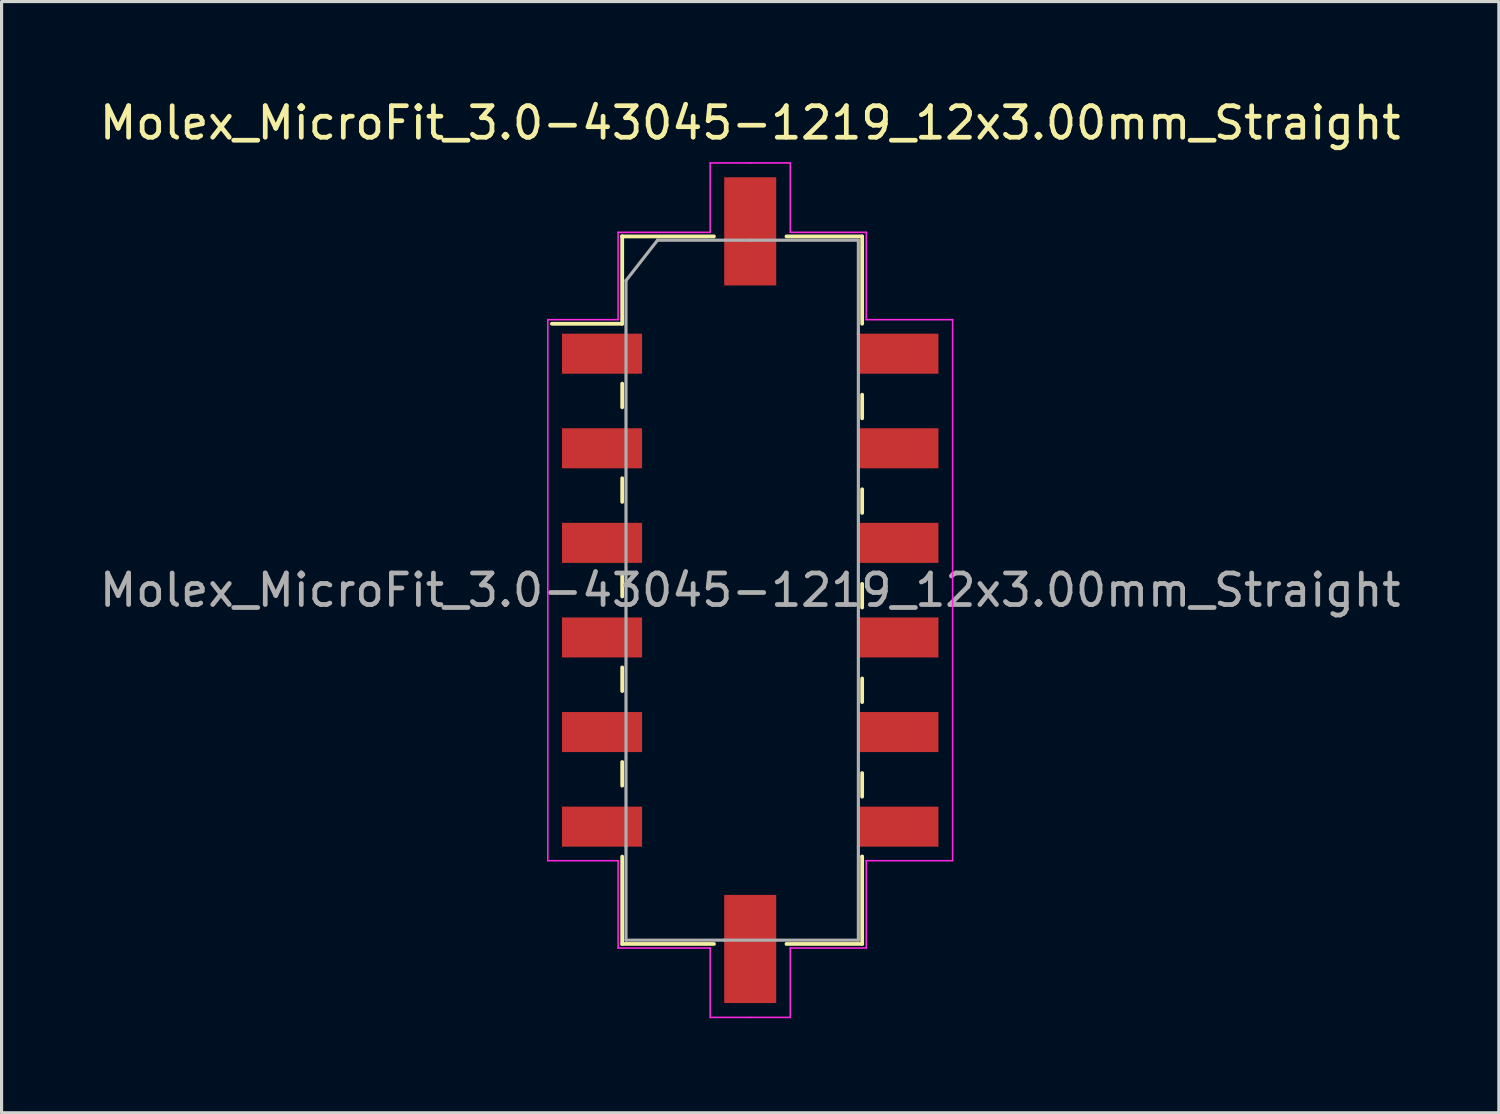
<source format=kicad_pcb>
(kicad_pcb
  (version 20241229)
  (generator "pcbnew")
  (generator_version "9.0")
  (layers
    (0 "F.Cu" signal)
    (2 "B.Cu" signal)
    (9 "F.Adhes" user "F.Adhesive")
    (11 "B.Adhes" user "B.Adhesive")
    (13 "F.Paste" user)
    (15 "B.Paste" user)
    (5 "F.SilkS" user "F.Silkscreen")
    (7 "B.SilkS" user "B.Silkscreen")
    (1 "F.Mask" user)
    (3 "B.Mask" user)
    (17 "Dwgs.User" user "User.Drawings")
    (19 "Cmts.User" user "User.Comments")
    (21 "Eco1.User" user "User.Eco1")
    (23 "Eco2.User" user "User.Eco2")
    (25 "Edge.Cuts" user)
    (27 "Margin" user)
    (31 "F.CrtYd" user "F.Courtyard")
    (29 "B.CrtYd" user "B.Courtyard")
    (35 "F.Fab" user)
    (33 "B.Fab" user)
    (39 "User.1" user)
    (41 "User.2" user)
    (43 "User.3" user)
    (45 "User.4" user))
  (footprint "Molex_MicroFit_3.0-43045-1219_12x3.00mm_Straight"
    (layer "F.Cu")
    (at 20.744 15.668)
    (property "Reference" "Molex_MicroFit_3.0-43045-1219_12x3.00mm_Straight" (at 0 -14.82 0) (layer "F.SilkS") (effects (font (size 1 1) (thickness 0.15))))
    (attr smd)
    (fp_line (start -6.29 -8.45) (end -4.06 -8.45) (stroke (width 0.12) (type solid)) (layer "F.SilkS"))
    (fp_line (start -4.06 -11.22) (end -4.06 -11.22) (stroke (width 0.12) (type solid)) (layer "F.SilkS"))
    (fp_line (start -4.06 -11.22) (end -1.15 -11.22) (stroke (width 0.12) (type solid)) (layer "F.SilkS"))
    (fp_line (start -4.06 -8.45) (end -4.06 -11.22) (stroke (width 0.12) (type solid)) (layer "F.SilkS"))
    (fp_line (start -4.06 -6.55) (end -4.06 -5.8) (stroke (width 0.12) (type solid)) (layer "F.SilkS"))
    (fp_line (start -4.06 -3.55) (end -4.06 -2.8) (stroke (width 0.12) (type solid)) (layer "F.SilkS"))
    (fp_line (start -4.06 -0.55) (end -4.06 0.2) (stroke (width 0.12) (type solid)) (layer "F.SilkS"))
    (fp_line (start -4.06 2.45) (end -4.06 3.2) (stroke (width 0.12) (type solid)) (layer "F.SilkS"))
    (fp_line (start -4.06 5.45) (end -4.06 6.2) (stroke (width 0.12) (type solid)) (layer "F.SilkS"))
    (fp_line (start -4.06 11.22) (end -4.06 8.45) (stroke (width 0.12) (type solid)) (layer "F.SilkS"))
    (fp_line (start -1.15 11.22) (end -4.06 11.22) (stroke (width 0.12) (type solid)) (layer "F.SilkS"))
    (fp_line (start 1.15 -11.22) (end 3.55 -11.22) (stroke (width 0.12) (type solid)) (layer "F.SilkS"))
    (fp_line (start 3.55 -11.22) (end 3.55 -8.45) (stroke (width 0.12) (type solid)) (layer "F.SilkS"))
    (fp_line (start 3.55 -5.45) (end 3.55 -6.2) (stroke (width 0.12) (type solid)) (layer "F.SilkS"))
    (fp_line (start 3.55 -2.45) (end 3.55 -3.2) (stroke (width 0.12) (type solid)) (layer "F.SilkS"))
    (fp_line (start 3.55 0.55) (end 3.55 -0.2) (stroke (width 0.12) (type solid)) (layer "F.SilkS"))
    (fp_line (start 3.55 3.55) (end 3.55 2.8) (stroke (width 0.12) (type solid)) (layer "F.SilkS"))
    (fp_line (start 3.55 6.55) (end 3.55 5.8) (stroke (width 0.12) (type solid)) (layer "F.SilkS"))
    (fp_line (start 3.55 8.45) (end 3.55 8.45) (stroke (width 0.12) (type solid)) (layer "F.SilkS"))
    (fp_line (start 3.55 8.45) (end 3.55 11.22) (stroke (width 0.12) (type solid)) (layer "F.SilkS"))
    (fp_line (start 3.55 11.22) (end 1.15 11.22) (stroke (width 0.12) (type solid)) (layer "F.SilkS"))
    (fp_line (start -6.42 -8.58) (end -4.19 -8.58) (stroke (width 0.05) (type solid)) (layer "F.CrtYd"))
    (fp_line (start -6.42 8.58) (end -6.42 -8.58) (stroke (width 0.05) (type solid)) (layer "F.CrtYd"))
    (fp_line (start -4.19 -11.35) (end -4.19 -11.35) (stroke (width 0.05) (type solid)) (layer "F.CrtYd"))
    (fp_line (start -4.19 -11.35) (end -1.27 -11.35) (stroke (width 0.05) (type solid)) (layer "F.CrtYd"))
    (fp_line (start -4.19 -8.58) (end -4.19 -11.35) (stroke (width 0.05) (type solid)) (layer "F.CrtYd"))
    (fp_line (start -4.19 8.58) (end -6.42 8.58) (stroke (width 0.05) (type solid)) (layer "F.CrtYd"))
    (fp_line (start -4.19 11.35) (end -4.19 8.58) (stroke (width 0.05) (type solid)) (layer "F.CrtYd"))
    (fp_line (start -1.27 -13.55) (end 0 -13.55) (stroke (width 0.05) (type solid)) (layer "F.CrtYd"))
    (fp_line (start -1.27 -11.35) (end -1.27 -13.55) (stroke (width 0.05) (type solid)) (layer "F.CrtYd"))
    (fp_line (start -1.27 11.35) (end -4.19 11.35) (stroke (width 0.05) (type solid)) (layer "F.CrtYd"))
    (fp_line (start -1.27 13.55) (end -1.27 11.35) (stroke (width 0.05) (type solid)) (layer "F.CrtYd"))
    (fp_line (start 0 -13.55) (end 1.27 -13.55) (stroke (width 0.05) (type solid)) (layer "F.CrtYd"))
    (fp_line (start 0 13.55) (end -1.27 13.55) (stroke (width 0.05) (type solid)) (layer "F.CrtYd"))
    (fp_line (start 1.27 -13.55) (end 1.27 -11.35) (stroke (width 0.05) (type solid)) (layer "F.CrtYd"))
    (fp_line (start 1.27 -11.35) (end 3.68 -11.35) (stroke (width 0.05) (type solid)) (layer "F.CrtYd"))
    (fp_line (start 1.27 11.35) (end 1.27 13.55) (stroke (width 0.05) (type solid)) (layer "F.CrtYd"))
    (fp_line (start 1.27 13.55) (end 0 13.55) (stroke (width 0.05) (type solid)) (layer "F.CrtYd"))
    (fp_line (start 3.68 -11.35) (end 3.68 -8.58) (stroke (width 0.05) (type solid)) (layer "F.CrtYd"))
    (fp_line (start 3.68 -8.58) (end 6.42 -8.58) (stroke (width 0.05) (type solid)) (layer "F.CrtYd"))
    (fp_line (start 3.68 8.58) (end 3.68 8.58) (stroke (width 0.05) (type solid)) (layer "F.CrtYd"))
    (fp_line (start 3.68 8.58) (end 3.68 11.35) (stroke (width 0.05) (type solid)) (layer "F.CrtYd"))
    (fp_line (start 3.68 11.35) (end 1.27 11.35) (stroke (width 0.05) (type solid)) (layer "F.CrtYd"))
    (fp_line (start 6.42 -8.58) (end 6.42 8.58) (stroke (width 0.05) (type solid)) (layer "F.CrtYd"))
    (fp_line (start 6.42 8.58) (end 3.68 8.58) (stroke (width 0.05) (type solid)) (layer "F.CrtYd"))
    (fp_line (start -3.94 -9.82) (end -2.94 -11.1) (stroke (width 0.1) (type solid)) (layer "F.Fab"))
    (fp_line (start -3.94 8.13) (end -3.94 -9.82) (stroke (width 0.1) (type solid)) (layer "F.Fab"))
    (fp_line (start -3.94 11.1) (end -3.94 8.13) (stroke (width 0.1) (type solid)) (layer "F.Fab"))
    (fp_line (start -2.94 -11.1) (end 0 -11.1) (stroke (width 0.1) (type solid)) (layer "F.Fab"))
    (fp_line (start -0.82 11.1) (end -3.94 11.1) (stroke (width 0.1) (type solid)) (layer "F.Fab"))
    (fp_line (start 0 -11.1) (end 3.43 -11.1) (stroke (width 0.1) (type solid)) (layer "F.Fab"))
    (fp_line (start 3.43 -11.1) (end 3.43 -8.13) (stroke (width 0.1) (type solid)) (layer "F.Fab"))
    (fp_line (start 3.43 -8.13) (end 3.43 8.13) (stroke (width 0.1) (type solid)) (layer "F.Fab"))
    (fp_line (start 3.43 8.13) (end 3.43 11.1) (stroke (width 0.1) (type solid)) (layer "F.Fab"))
    (fp_line (start 3.43 11.1) (end -0.82 11.1) (stroke (width 0.1) (type solid)) (layer "F.Fab"))
    (fp_text user "${REFERENCE}" (at 0 0 0) (layer "F.Fab") (effects (font (size 1 1) (thickness 0.15))))
    (pad "" smd rect (at 0 -11.38) (size 1.65 3.43) (layers "F.Cu" "F.Mask" "F.Paste"))
    (pad "" smd rect (at 0 11.38) (size 1.65 3.43) (layers "F.Cu" "F.Mask" "F.Paste"))
    (pad "1" smd rect (at -4.7 -7.5) (size 2.54 1.27) (layers "F.Cu" "F.Mask" "F.Paste"))
    (pad "2" smd rect (at -4.7 -4.5) (size 2.54 1.27) (layers "F.Cu" "F.Mask" "F.Paste"))
    (pad "3" smd rect (at -4.7 -1.5) (size 2.54 1.27) (layers "F.Cu" "F.Mask" "F.Paste"))
    (pad "4" smd rect (at -4.7 1.5) (size 2.54 1.27) (layers "F.Cu" "F.Mask" "F.Paste"))
    (pad "5" smd rect (at -4.7 4.5) (size 2.54 1.27) (layers "F.Cu" "F.Mask" "F.Paste"))
    (pad "6" smd rect (at -4.7 7.5) (size 2.54 1.27) (layers "F.Cu" "F.Mask" "F.Paste"))
    (pad "7" smd rect (at 4.7 7.5) (size 2.54 1.27) (layers "F.Cu" "F.Mask" "F.Paste"))
    (pad "8" smd rect (at 4.7 4.5) (size 2.54 1.27) (layers "F.Cu" "F.Mask" "F.Paste"))
    (pad "9" smd rect (at 4.7 1.5) (size 2.54 1.27) (layers "F.Cu" "F.Mask" "F.Paste"))
    (pad "10" smd rect (at 4.7 -1.5) (size 2.54 1.27) (layers "F.Cu" "F.Mask" "F.Paste"))
    (pad "11" smd rect (at 4.7 -4.5) (size 2.54 1.27) (layers "F.Cu" "F.Mask" "F.Paste"))
    (pad "12" smd rect (at 4.7 -7.5) (size 2.54 1.27) (layers "F.Cu" "F.Mask" "F.Paste")))
  (gr_rect
    (start -3 -3)
    (end 44.488 32.243)
    (stroke (width 0.1) (type default))
    (fill no)
    (layer "Edge.Cuts")))
</source>
